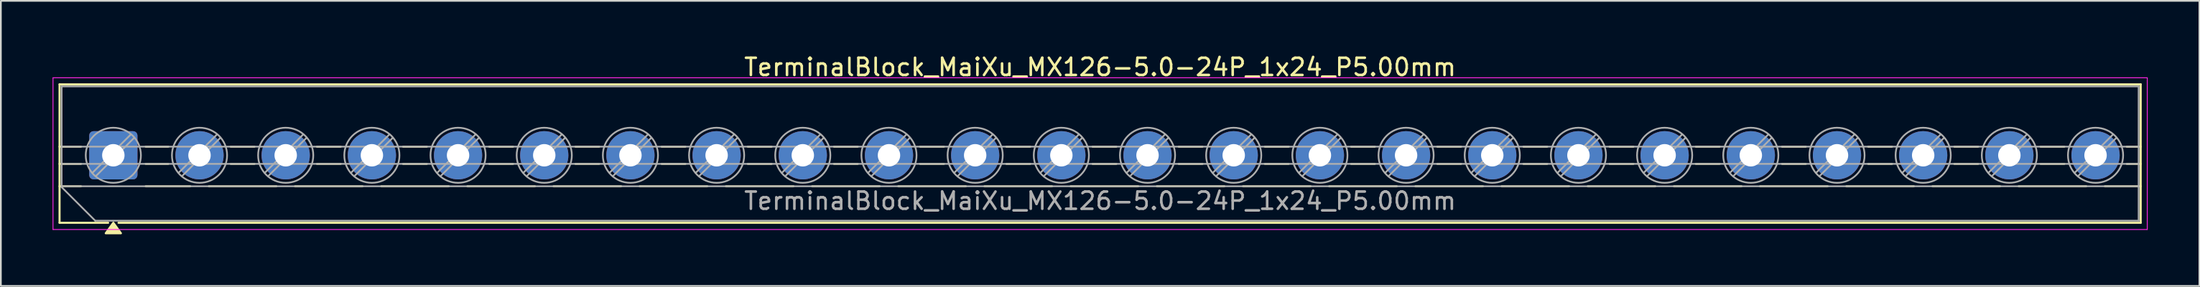
<source format=kicad_pcb>
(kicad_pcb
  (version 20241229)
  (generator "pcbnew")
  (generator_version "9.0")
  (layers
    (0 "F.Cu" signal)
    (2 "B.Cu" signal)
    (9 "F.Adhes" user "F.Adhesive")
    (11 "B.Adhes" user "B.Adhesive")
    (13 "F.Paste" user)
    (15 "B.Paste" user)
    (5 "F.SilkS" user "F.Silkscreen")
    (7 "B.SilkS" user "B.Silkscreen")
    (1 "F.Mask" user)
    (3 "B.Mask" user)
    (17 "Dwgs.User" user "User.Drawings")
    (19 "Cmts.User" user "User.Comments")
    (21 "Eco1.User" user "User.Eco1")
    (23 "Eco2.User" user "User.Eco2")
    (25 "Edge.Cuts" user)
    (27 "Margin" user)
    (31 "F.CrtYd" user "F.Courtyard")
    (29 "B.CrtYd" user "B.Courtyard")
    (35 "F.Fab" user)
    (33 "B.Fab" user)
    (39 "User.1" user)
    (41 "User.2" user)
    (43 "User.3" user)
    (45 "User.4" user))
  (footprint "TerminalBlock_MaiXu_MX126-5.0-24P_1x24_P5.00mm"
    (layer "F.Cu")
    (at 3.525 5.968)
    (property "Reference" "TerminalBlock_MaiXu_MX126-5.0-24P_1x24_P5.00mm" (at 57.25 -5.12 0) (layer "F.SilkS") (effects (font (size 1 1) (thickness 0.15))))
    (attr through_hole)
    (fp_line (start -3.12 -4.12) (end 117.62 -4.12) (stroke (width 0.12) (type solid)) (layer "F.SilkS"))
    (fp_line (start -3.12 -0.5) (end -1.88 -0.5) (stroke (width 0.12) (type solid)) (layer "F.SilkS"))
    (fp_line (start -3.12 0.5) (end -1.88 0.5) (stroke (width 0.12) (type solid)) (layer "F.SilkS"))
    (fp_line (start -3.12 1.8) (end -1.88 1.8) (stroke (width 0.12) (type solid)) (layer "F.SilkS"))
    (fp_line (start -3.12 3.92) (end -3.12 -4.12) (stroke (width 0.12) (type solid)) (layer "F.SilkS"))
    (fp_line (start -0.3 3.92) (end -3.12 3.92) (stroke (width 0.12) (type solid)) (layer "F.SilkS"))
    (fp_line (start 1.88 -0.5) (end 3.188 -0.5) (stroke (width 0.12) (type solid)) (layer "F.SilkS"))
    (fp_line (start 1.88 0.5) (end 3.188 0.5) (stroke (width 0.12) (type solid)) (layer "F.SilkS"))
    (fp_line (start 1.88 1.8) (end 4.457 1.8) (stroke (width 0.12) (type solid)) (layer "F.SilkS"))
    (fp_line (start 5.543 1.8) (end 9.457 1.8) (stroke (width 0.12) (type solid)) (layer "F.SilkS"))
    (fp_line (start 6.812 -0.5) (end 8.188 -0.5) (stroke (width 0.12) (type solid)) (layer "F.SilkS"))
    (fp_line (start 6.812 0.5) (end 8.188 0.5) (stroke (width 0.12) (type solid)) (layer "F.SilkS"))
    (fp_line (start 10.543 1.8) (end 14.457 1.8) (stroke (width 0.12) (type solid)) (layer "F.SilkS"))
    (fp_line (start 11.812 -0.5) (end 13.188 -0.5) (stroke (width 0.12) (type solid)) (layer "F.SilkS"))
    (fp_line (start 11.812 0.5) (end 13.188 0.5) (stroke (width 0.12) (type solid)) (layer "F.SilkS"))
    (fp_line (start 15.543 1.8) (end 19.457 1.8) (stroke (width 0.12) (type solid)) (layer "F.SilkS"))
    (fp_line (start 16.812 -0.5) (end 18.188 -0.5) (stroke (width 0.12) (type solid)) (layer "F.SilkS"))
    (fp_line (start 16.812 0.5) (end 18.188 0.5) (stroke (width 0.12) (type solid)) (layer "F.SilkS"))
    (fp_line (start 20.543 1.8) (end 24.457 1.8) (stroke (width 0.12) (type solid)) (layer "F.SilkS"))
    (fp_line (start 21.812 -0.5) (end 23.188 -0.5) (stroke (width 0.12) (type solid)) (layer "F.SilkS"))
    (fp_line (start 21.812 0.5) (end 23.188 0.5) (stroke (width 0.12) (type solid)) (layer "F.SilkS"))
    (fp_line (start 25.543 1.8) (end 29.457 1.8) (stroke (width 0.12) (type solid)) (layer "F.SilkS"))
    (fp_line (start 26.812 -0.5) (end 28.188 -0.5) (stroke (width 0.12) (type solid)) (layer "F.SilkS"))
    (fp_line (start 26.812 0.5) (end 28.188 0.5) (stroke (width 0.12) (type solid)) (layer "F.SilkS"))
    (fp_line (start 30.543 1.8) (end 34.457 1.8) (stroke (width 0.12) (type solid)) (layer "F.SilkS"))
    (fp_line (start 31.812 -0.5) (end 33.188 -0.5) (stroke (width 0.12) (type solid)) (layer "F.SilkS"))
    (fp_line (start 31.812 0.5) (end 33.188 0.5) (stroke (width 0.12) (type solid)) (layer "F.SilkS"))
    (fp_line (start 35.543 1.8) (end 39.457 1.8) (stroke (width 0.12) (type solid)) (layer "F.SilkS"))
    (fp_line (start 36.812 -0.5) (end 38.188 -0.5) (stroke (width 0.12) (type solid)) (layer "F.SilkS"))
    (fp_line (start 36.812 0.5) (end 38.188 0.5) (stroke (width 0.12) (type solid)) (layer "F.SilkS"))
    (fp_line (start 40.543 1.8) (end 44.457 1.8) (stroke (width 0.12) (type solid)) (layer "F.SilkS"))
    (fp_line (start 41.812 -0.5) (end 43.188 -0.5) (stroke (width 0.12) (type solid)) (layer "F.SilkS"))
    (fp_line (start 41.812 0.5) (end 43.188 0.5) (stroke (width 0.12) (type solid)) (layer "F.SilkS"))
    (fp_line (start 45.543 1.8) (end 49.457 1.8) (stroke (width 0.12) (type solid)) (layer "F.SilkS"))
    (fp_line (start 46.812 -0.5) (end 48.188 -0.5) (stroke (width 0.12) (type solid)) (layer "F.SilkS"))
    (fp_line (start 46.812 0.5) (end 48.188 0.5) (stroke (width 0.12) (type solid)) (layer "F.SilkS"))
    (fp_line (start 50.543 1.8) (end 54.457 1.8) (stroke (width 0.12) (type solid)) (layer "F.SilkS"))
    (fp_line (start 51.812 -0.5) (end 53.188 -0.5) (stroke (width 0.12) (type solid)) (layer "F.SilkS"))
    (fp_line (start 51.812 0.5) (end 53.188 0.5) (stroke (width 0.12) (type solid)) (layer "F.SilkS"))
    (fp_line (start 55.543 1.8) (end 59.457 1.8) (stroke (width 0.12) (type solid)) (layer "F.SilkS"))
    (fp_line (start 56.812 -0.5) (end 58.188 -0.5) (stroke (width 0.12) (type solid)) (layer "F.SilkS"))
    (fp_line (start 56.812 0.5) (end 58.188 0.5) (stroke (width 0.12) (type solid)) (layer "F.SilkS"))
    (fp_line (start 60.543 1.8) (end 64.457 1.8) (stroke (width 0.12) (type solid)) (layer "F.SilkS"))
    (fp_line (start 61.812 -0.5) (end 63.188 -0.5) (stroke (width 0.12) (type solid)) (layer "F.SilkS"))
    (fp_line (start 61.812 0.5) (end 63.188 0.5) (stroke (width 0.12) (type solid)) (layer "F.SilkS"))
    (fp_line (start 65.543 1.8) (end 69.457 1.8) (stroke (width 0.12) (type solid)) (layer "F.SilkS"))
    (fp_line (start 66.812 -0.5) (end 68.188 -0.5) (stroke (width 0.12) (type solid)) (layer "F.SilkS"))
    (fp_line (start 66.812 0.5) (end 68.188 0.5) (stroke (width 0.12) (type solid)) (layer "F.SilkS"))
    (fp_line (start 70.543 1.8) (end 74.457 1.8) (stroke (width 0.12) (type solid)) (layer "F.SilkS"))
    (fp_line (start 71.812 -0.5) (end 73.188 -0.5) (stroke (width 0.12) (type solid)) (layer "F.SilkS"))
    (fp_line (start 71.812 0.5) (end 73.188 0.5) (stroke (width 0.12) (type solid)) (layer "F.SilkS"))
    (fp_line (start 75.543 1.8) (end 79.457 1.8) (stroke (width 0.12) (type solid)) (layer "F.SilkS"))
    (fp_line (start 76.812 -0.5) (end 78.188 -0.5) (stroke (width 0.12) (type solid)) (layer "F.SilkS"))
    (fp_line (start 76.812 0.5) (end 78.188 0.5) (stroke (width 0.12) (type solid)) (layer "F.SilkS"))
    (fp_line (start 80.543 1.8) (end 84.457 1.8) (stroke (width 0.12) (type solid)) (layer "F.SilkS"))
    (fp_line (start 81.812 -0.5) (end 83.188 -0.5) (stroke (width 0.12) (type solid)) (layer "F.SilkS"))
    (fp_line (start 81.812 0.5) (end 83.188 0.5) (stroke (width 0.12) (type solid)) (layer "F.SilkS"))
    (fp_line (start 85.543 1.8) (end 89.457 1.8) (stroke (width 0.12) (type solid)) (layer "F.SilkS"))
    (fp_line (start 86.812 -0.5) (end 88.188 -0.5) (stroke (width 0.12) (type solid)) (layer "F.SilkS"))
    (fp_line (start 86.812 0.5) (end 88.188 0.5) (stroke (width 0.12) (type solid)) (layer "F.SilkS"))
    (fp_line (start 90.543 1.8) (end 94.457 1.8) (stroke (width 0.12) (type solid)) (layer "F.SilkS"))
    (fp_line (start 91.812 -0.5) (end 93.188 -0.5) (stroke (width 0.12) (type solid)) (layer "F.SilkS"))
    (fp_line (start 91.812 0.5) (end 93.188 0.5) (stroke (width 0.12) (type solid)) (layer "F.SilkS"))
    (fp_line (start 95.543 1.8) (end 99.457 1.8) (stroke (width 0.12) (type solid)) (layer "F.SilkS"))
    (fp_line (start 96.812 -0.5) (end 98.188 -0.5) (stroke (width 0.12) (type solid)) (layer "F.SilkS"))
    (fp_line (start 96.812 0.5) (end 98.188 0.5) (stroke (width 0.12) (type solid)) (layer "F.SilkS"))
    (fp_line (start 100.543 1.8) (end 104.457 1.8) (stroke (width 0.12) (type solid)) (layer "F.SilkS"))
    (fp_line (start 101.812 -0.5) (end 103.188 -0.5) (stroke (width 0.12) (type solid)) (layer "F.SilkS"))
    (fp_line (start 101.812 0.5) (end 103.188 0.5) (stroke (width 0.12) (type solid)) (layer "F.SilkS"))
    (fp_line (start 105.543 1.8) (end 109.457 1.8) (stroke (width 0.12) (type solid)) (layer "F.SilkS"))
    (fp_line (start 106.812 -0.5) (end 108.188 -0.5) (stroke (width 0.12) (type solid)) (layer "F.SilkS"))
    (fp_line (start 106.812 0.5) (end 108.188 0.5) (stroke (width 0.12) (type solid)) (layer "F.SilkS"))
    (fp_line (start 110.543 1.8) (end 114.457 1.8) (stroke (width 0.12) (type solid)) (layer "F.SilkS"))
    (fp_line (start 111.812 -0.5) (end 113.188 -0.5) (stroke (width 0.12) (type solid)) (layer "F.SilkS"))
    (fp_line (start 111.812 0.5) (end 113.188 0.5) (stroke (width 0.12) (type solid)) (layer "F.SilkS"))
    (fp_line (start 115.543 1.8) (end 117.62 1.8) (stroke (width 0.12) (type solid)) (layer "F.SilkS"))
    (fp_line (start 116.812 -0.5) (end 117.62 -0.5) (stroke (width 0.12) (type solid)) (layer "F.SilkS"))
    (fp_line (start 116.812 0.5) (end 117.62 0.5) (stroke (width 0.12) (type solid)) (layer "F.SilkS"))
    (fp_line (start 117.62 -4.12) (end 117.62 3.92) (stroke (width 0.12) (type solid)) (layer "F.SilkS"))
    (fp_line (start 117.62 3.92) (end 0.3 3.92) (stroke (width 0.12) (type solid)) (layer "F.SilkS"))
    (fp_poly (pts (xy 0 3.92) (xy 0.44 4.53) (xy -0.44 4.53)) (stroke (width 0.12) (type solid)) (fill yes) (layer "F.SilkS"))
    (fp_line (start -3.5 -4.5) (end -3.5 4.31) (stroke (width 0.05) (type solid)) (layer "F.CrtYd"))
    (fp_line (start -3.5 4.31) (end 118 4.31) (stroke (width 0.05) (type solid)) (layer "F.CrtYd"))
    (fp_line (start 118 -4.5) (end -3.5 -4.5) (stroke (width 0.05) (type solid)) (layer "F.CrtYd"))
    (fp_line (start 118 4.31) (end 118 -4.5) (stroke (width 0.05) (type solid)) (layer "F.CrtYd"))
    (fp_line (start -3 -4) (end 117.5 -4) (stroke (width 0.1) (type solid)) (layer "F.Fab"))
    (fp_line (start -3 -0.5) (end 117.5 -0.5) (stroke (width 0.1) (type solid)) (layer "F.Fab"))
    (fp_line (start -3 0.5) (end 117.5 0.5) (stroke (width 0.1) (type solid)) (layer "F.Fab"))
    (fp_line (start -3 1.8) (end 117.5 1.8) (stroke (width 0.1) (type solid)) (layer "F.Fab"))
    (fp_line (start -3 1.85) (end -3 -4) (stroke (width 0.1) (type solid)) (layer "F.Fab"))
    (fp_line (start -1.05 3.8) (end -3 1.85) (stroke (width 0.1) (type solid)) (layer "F.Fab"))
    (fp_line (start 1.018 -1.213) (end -1.213 1.018) (stroke (width 0.1) (type solid)) (layer "F.Fab"))
    (fp_line (start 1.213 -1.018) (end -1.018 1.213) (stroke (width 0.1) (type solid)) (layer "F.Fab"))
    (fp_line (start 6.018 -1.213) (end 3.787 1.018) (stroke (width 0.1) (type solid)) (layer "F.Fab"))
    (fp_line (start 6.213 -1.018) (end 3.982 1.213) (stroke (width 0.1) (type solid)) (layer "F.Fab"))
    (fp_line (start 11.018 -1.213) (end 8.787 1.018) (stroke (width 0.1) (type solid)) (layer "F.Fab"))
    (fp_line (start 11.213 -1.018) (end 8.982 1.213) (stroke (width 0.1) (type solid)) (layer "F.Fab"))
    (fp_line (start 16.018 -1.213) (end 13.787 1.018) (stroke (width 0.1) (type solid)) (layer "F.Fab"))
    (fp_line (start 16.213 -1.018) (end 13.982 1.213) (stroke (width 0.1) (type solid)) (layer "F.Fab"))
    (fp_line (start 21.018 -1.213) (end 18.787 1.018) (stroke (width 0.1) (type solid)) (layer "F.Fab"))
    (fp_line (start 21.213 -1.018) (end 18.982 1.213) (stroke (width 0.1) (type solid)) (layer "F.Fab"))
    (fp_line (start 26.018 -1.213) (end 23.787 1.018) (stroke (width 0.1) (type solid)) (layer "F.Fab"))
    (fp_line (start 26.213 -1.018) (end 23.982 1.213) (stroke (width 0.1) (type solid)) (layer "F.Fab"))
    (fp_line (start 31.018 -1.213) (end 28.787 1.018) (stroke (width 0.1) (type solid)) (layer "F.Fab"))
    (fp_line (start 31.213 -1.018) (end 28.982 1.213) (stroke (width 0.1) (type solid)) (layer "F.Fab"))
    (fp_line (start 36.018 -1.213) (end 33.787 1.018) (stroke (width 0.1) (type solid)) (layer "F.Fab"))
    (fp_line (start 36.213 -1.018) (end 33.982 1.213) (stroke (width 0.1) (type solid)) (layer "F.Fab"))
    (fp_line (start 41.018 -1.213) (end 38.787 1.018) (stroke (width 0.1) (type solid)) (layer "F.Fab"))
    (fp_line (start 41.213 -1.018) (end 38.982 1.213) (stroke (width 0.1) (type solid)) (layer "F.Fab"))
    (fp_line (start 46.018 -1.213) (end 43.787 1.018) (stroke (width 0.1) (type solid)) (layer "F.Fab"))
    (fp_line (start 46.213 -1.018) (end 43.982 1.213) (stroke (width 0.1) (type solid)) (layer "F.Fab"))
    (fp_line (start 51.018 -1.213) (end 48.787 1.018) (stroke (width 0.1) (type solid)) (layer "F.Fab"))
    (fp_line (start 51.213 -1.018) (end 48.982 1.213) (stroke (width 0.1) (type solid)) (layer "F.Fab"))
    (fp_line (start 56.018 -1.213) (end 53.787 1.018) (stroke (width 0.1) (type solid)) (layer "F.Fab"))
    (fp_line (start 56.213 -1.018) (end 53.982 1.213) (stroke (width 0.1) (type solid)) (layer "F.Fab"))
    (fp_line (start 61.018 -1.213) (end 58.787 1.018) (stroke (width 0.1) (type solid)) (layer "F.Fab"))
    (fp_line (start 61.213 -1.018) (end 58.982 1.213) (stroke (width 0.1) (type solid)) (layer "F.Fab"))
    (fp_line (start 66.018 -1.213) (end 63.787 1.018) (stroke (width 0.1) (type solid)) (layer "F.Fab"))
    (fp_line (start 66.213 -1.018) (end 63.982 1.213) (stroke (width 0.1) (type solid)) (layer "F.Fab"))
    (fp_line (start 71.018 -1.213) (end 68.787 1.018) (stroke (width 0.1) (type solid)) (layer "F.Fab"))
    (fp_line (start 71.213 -1.018) (end 68.982 1.213) (stroke (width 0.1) (type solid)) (layer "F.Fab"))
    (fp_line (start 76.018 -1.213) (end 73.787 1.018) (stroke (width 0.1) (type solid)) (layer "F.Fab"))
    (fp_line (start 76.213 -1.018) (end 73.982 1.213) (stroke (width 0.1) (type solid)) (layer "F.Fab"))
    (fp_line (start 81.018 -1.213) (end 78.787 1.018) (stroke (width 0.1) (type solid)) (layer "F.Fab"))
    (fp_line (start 81.213 -1.018) (end 78.982 1.213) (stroke (width 0.1) (type solid)) (layer "F.Fab"))
    (fp_line (start 86.018 -1.213) (end 83.787 1.018) (stroke (width 0.1) (type solid)) (layer "F.Fab"))
    (fp_line (start 86.213 -1.018) (end 83.982 1.213) (stroke (width 0.1) (type solid)) (layer "F.Fab"))
    (fp_line (start 91.018 -1.213) (end 88.787 1.018) (stroke (width 0.1) (type solid)) (layer "F.Fab"))
    (fp_line (start 91.213 -1.018) (end 88.982 1.213) (stroke (width 0.1) (type solid)) (layer "F.Fab"))
    (fp_line (start 96.018 -1.213) (end 93.787 1.018) (stroke (width 0.1) (type solid)) (layer "F.Fab"))
    (fp_line (start 96.213 -1.018) (end 93.982 1.213) (stroke (width 0.1) (type solid)) (layer "F.Fab"))
    (fp_line (start 101.018 -1.213) (end 98.787 1.018) (stroke (width 0.1) (type solid)) (layer "F.Fab"))
    (fp_line (start 101.213 -1.018) (end 98.982 1.213) (stroke (width 0.1) (type solid)) (layer "F.Fab"))
    (fp_line (start 106.018 -1.213) (end 103.787 1.018) (stroke (width 0.1) (type solid)) (layer "F.Fab"))
    (fp_line (start 106.213 -1.018) (end 103.982 1.213) (stroke (width 0.1) (type solid)) (layer "F.Fab"))
    (fp_line (start 111.018 -1.213) (end 108.787 1.018) (stroke (width 0.1) (type solid)) (layer "F.Fab"))
    (fp_line (start 111.213 -1.018) (end 108.982 1.213) (stroke (width 0.1) (type solid)) (layer "F.Fab"))
    (fp_line (start 116.018 -1.213) (end 113.787 1.018) (stroke (width 0.1) (type solid)) (layer "F.Fab"))
    (fp_line (start 116.213 -1.018) (end 113.982 1.213) (stroke (width 0.1) (type solid)) (layer "F.Fab"))
    (fp_line (start 117.5 -4) (end 117.5 3.8) (stroke (width 0.1) (type solid)) (layer "F.Fab"))
    (fp_line (start 117.5 3.8) (end -1.05 3.8) (stroke (width 0.1) (type solid)) (layer "F.Fab"))
    (fp_circle (center 0 0) (end 1.6 0) (stroke (width 0.1) (type solid)) (fill no) (layer "F.Fab"))
    (fp_circle (center 5 0) (end 6.6 0) (stroke (width 0.1) (type solid)) (fill no) (layer "F.Fab"))
    (fp_circle (center 10 0) (end 11.6 0) (stroke (width 0.1) (type solid)) (fill no) (layer "F.Fab"))
    (fp_circle (center 15 0) (end 16.6 0) (stroke (width 0.1) (type solid)) (fill no) (layer "F.Fab"))
    (fp_circle (center 20 0) (end 21.6 0) (stroke (width 0.1) (type solid)) (fill no) (layer "F.Fab"))
    (fp_circle (center 25 0) (end 26.6 0) (stroke (width 0.1) (type solid)) (fill no) (layer "F.Fab"))
    (fp_circle (center 30 0) (end 31.6 0) (stroke (width 0.1) (type solid)) (fill no) (layer "F.Fab"))
    (fp_circle (center 35 0) (end 36.6 0) (stroke (width 0.1) (type solid)) (fill no) (layer "F.Fab"))
    (fp_circle (center 40 0) (end 41.6 0) (stroke (width 0.1) (type solid)) (fill no) (layer "F.Fab"))
    (fp_circle (center 45 0) (end 46.6 0) (stroke (width 0.1) (type solid)) (fill no) (layer "F.Fab"))
    (fp_circle (center 50 0) (end 51.6 0) (stroke (width 0.1) (type solid)) (fill no) (layer "F.Fab"))
    (fp_circle (center 55 0) (end 56.6 0) (stroke (width 0.1) (type solid)) (fill no) (layer "F.Fab"))
    (fp_circle (center 60 0) (end 61.6 0) (stroke (width 0.1) (type solid)) (fill no) (layer "F.Fab"))
    (fp_circle (center 65 0) (end 66.6 0) (stroke (width 0.1) (type solid)) (fill no) (layer "F.Fab"))
    (fp_circle (center 70 0) (end 71.6 0) (stroke (width 0.1) (type solid)) (fill no) (layer "F.Fab"))
    (fp_circle (center 75 0) (end 76.6 0) (stroke (width 0.1) (type solid)) (fill no) (layer "F.Fab"))
    (fp_circle (center 80 0) (end 81.6 0) (stroke (width 0.1) (type solid)) (fill no) (layer "F.Fab"))
    (fp_circle (center 85 0) (end 86.6 0) (stroke (width 0.1) (type solid)) (fill no) (layer "F.Fab"))
    (fp_circle (center 90 0) (end 91.6 0) (stroke (width 0.1) (type solid)) (fill no) (layer "F.Fab"))
    (fp_circle (center 95 0) (end 96.6 0) (stroke (width 0.1) (type solid)) (fill no) (layer "F.Fab"))
    (fp_circle (center 100 0) (end 101.6 0) (stroke (width 0.1) (type solid)) (fill no) (layer "F.Fab"))
    (fp_circle (center 105 0) (end 106.6 0) (stroke (width 0.1) (type solid)) (fill no) (layer "F.Fab"))
    (fp_circle (center 110 0) (end 111.6 0) (stroke (width 0.1) (type solid)) (fill no) (layer "F.Fab"))
    (fp_circle (center 115 0) (end 116.6 0) (stroke (width 0.1) (type solid)) (fill no) (layer "F.Fab"))
    (fp_text user "${REFERENCE}" (at 57.25 2.65 0) (layer "F.Fab") (effects (font (size 1 1) (thickness 0.15))))
    (pad "1" thru_hole roundrect (at 0 0) (size 2.8 2.8) (drill 1.3) (layers "*.Cu" "*.Mask") (roundrect_rratio 0.089))
    (pad "2" thru_hole circle (at 5 0) (size 2.8 2.8) (drill 1.3) (layers "*.Cu" "*.Mask"))
    (pad "3" thru_hole circle (at 10 0) (size 2.8 2.8) (drill 1.3) (layers "*.Cu" "*.Mask"))
    (pad "4" thru_hole circle (at 15 0) (size 2.8 2.8) (drill 1.3) (layers "*.Cu" "*.Mask"))
    (pad "5" thru_hole circle (at 20 0) (size 2.8 2.8) (drill 1.3) (layers "*.Cu" "*.Mask"))
    (pad "6" thru_hole circle (at 25 0) (size 2.8 2.8) (drill 1.3) (layers "*.Cu" "*.Mask"))
    (pad "7" thru_hole circle (at 30 0) (size 2.8 2.8) (drill 1.3) (layers "*.Cu" "*.Mask"))
    (pad "8" thru_hole circle (at 35 0) (size 2.8 2.8) (drill 1.3) (layers "*.Cu" "*.Mask"))
    (pad "9" thru_hole circle (at 40 0) (size 2.8 2.8) (drill 1.3) (layers "*.Cu" "*.Mask"))
    (pad "10" thru_hole circle (at 45 0) (size 2.8 2.8) (drill 1.3) (layers "*.Cu" "*.Mask"))
    (pad "11" thru_hole circle (at 50 0) (size 2.8 2.8) (drill 1.3) (layers "*.Cu" "*.Mask"))
    (pad "12" thru_hole circle (at 55 0) (size 2.8 2.8) (drill 1.3) (layers "*.Cu" "*.Mask"))
    (pad "13" thru_hole circle (at 60 0) (size 2.8 2.8) (drill 1.3) (layers "*.Cu" "*.Mask"))
    (pad "14" thru_hole circle (at 65 0) (size 2.8 2.8) (drill 1.3) (layers "*.Cu" "*.Mask"))
    (pad "15" thru_hole circle (at 70 0) (size 2.8 2.8) (drill 1.3) (layers "*.Cu" "*.Mask"))
    (pad "16" thru_hole circle (at 75 0) (size 2.8 2.8) (drill 1.3) (layers "*.Cu" "*.Mask"))
    (pad "17" thru_hole circle (at 80 0) (size 2.8 2.8) (drill 1.3) (layers "*.Cu" "*.Mask"))
    (pad "18" thru_hole circle (at 85 0) (size 2.8 2.8) (drill 1.3) (layers "*.Cu" "*.Mask"))
    (pad "19" thru_hole circle (at 90 0) (size 2.8 2.8) (drill 1.3) (layers "*.Cu" "*.Mask"))
    (pad "20" thru_hole circle (at 95 0) (size 2.8 2.8) (drill 1.3) (layers "*.Cu" "*.Mask"))
    (pad "21" thru_hole circle (at 100 0) (size 2.8 2.8) (drill 1.3) (layers "*.Cu" "*.Mask"))
    (pad "22" thru_hole circle (at 105 0) (size 2.8 2.8) (drill 1.3) (layers "*.Cu" "*.Mask"))
    (pad "23" thru_hole circle (at 110 0) (size 2.8 2.8) (drill 1.3) (layers "*.Cu" "*.Mask"))
    (pad "24" thru_hole circle (at 115 0) (size 2.8 2.8) (drill 1.3) (layers "*.Cu" "*.Mask")))
  (gr_rect
    (start -3 -3)
    (end 124.55 13.558)
    (stroke (width 0.1) (type default))
    (fill no)
    (layer "Edge.Cuts")))
</source>
